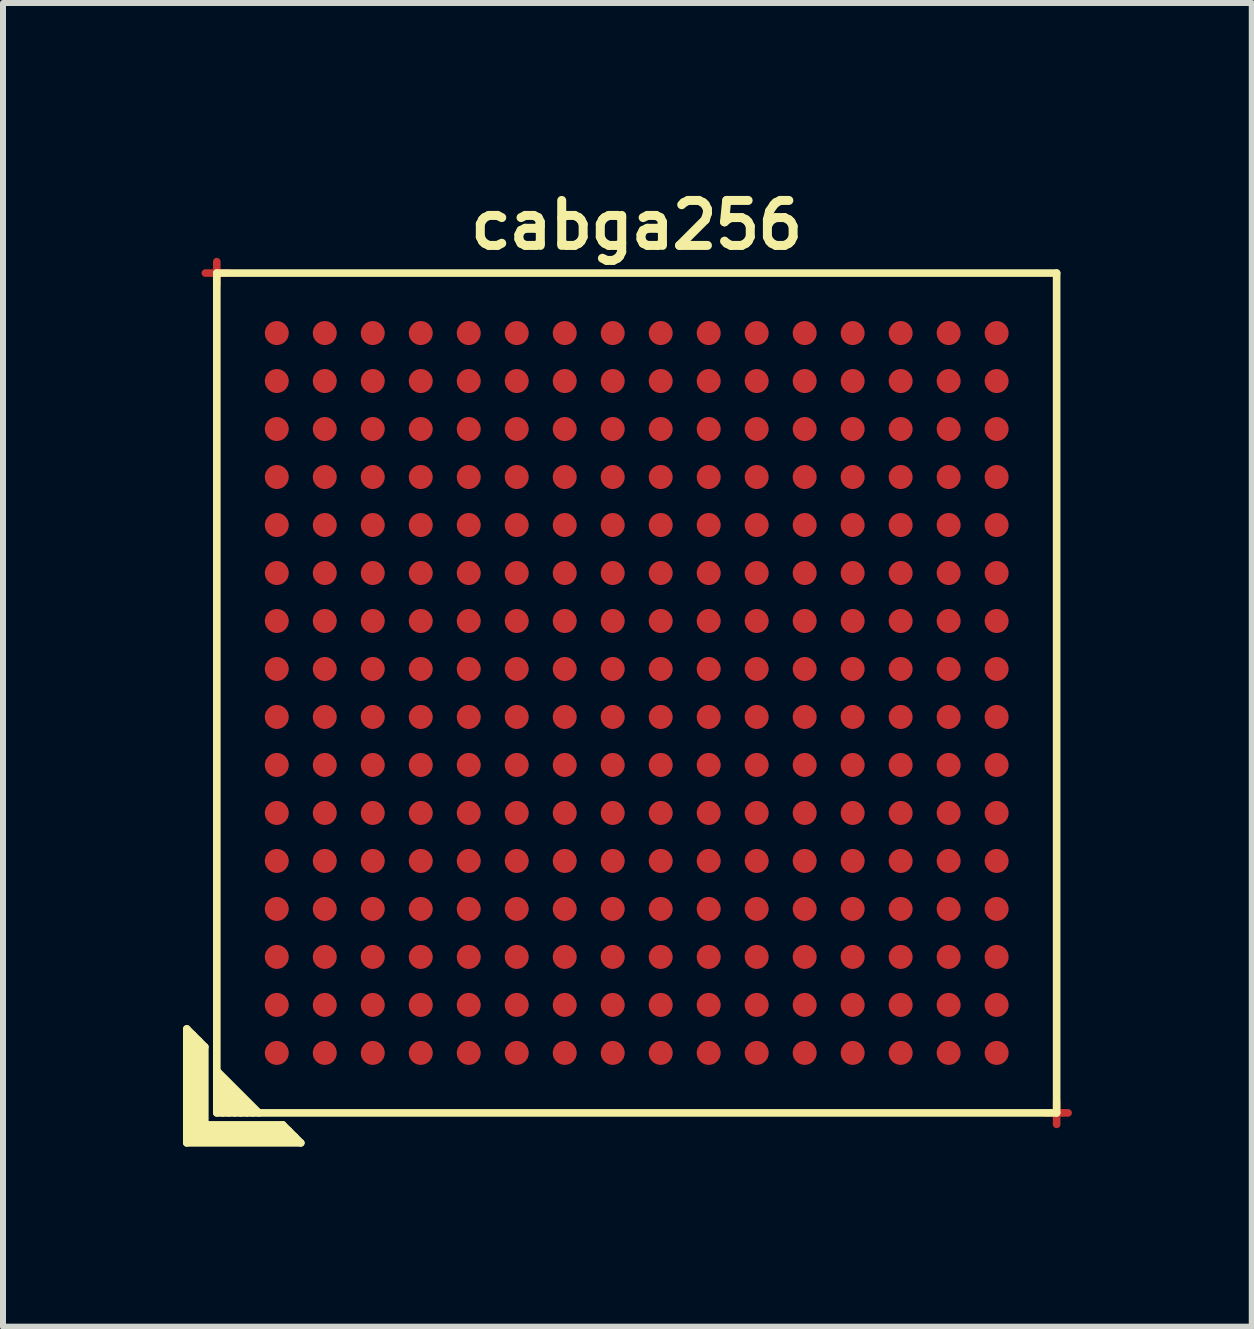
<source format=kicad_pcb>
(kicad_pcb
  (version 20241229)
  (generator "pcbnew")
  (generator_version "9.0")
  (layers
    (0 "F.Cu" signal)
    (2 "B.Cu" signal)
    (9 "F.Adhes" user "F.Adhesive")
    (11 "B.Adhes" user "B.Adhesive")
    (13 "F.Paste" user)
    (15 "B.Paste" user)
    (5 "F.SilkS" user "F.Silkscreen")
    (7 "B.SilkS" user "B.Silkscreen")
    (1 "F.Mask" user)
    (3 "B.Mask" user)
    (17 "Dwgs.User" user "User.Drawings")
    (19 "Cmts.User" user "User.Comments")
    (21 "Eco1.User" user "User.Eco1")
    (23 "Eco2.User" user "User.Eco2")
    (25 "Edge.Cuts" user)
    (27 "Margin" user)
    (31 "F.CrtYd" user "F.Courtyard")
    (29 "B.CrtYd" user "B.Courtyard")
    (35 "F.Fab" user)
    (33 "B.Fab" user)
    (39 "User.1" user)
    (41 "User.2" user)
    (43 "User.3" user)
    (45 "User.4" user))
  (footprint "cabga256"
    (layer "F.Cu")
    (at 7.564 8.502)
    (property "Reference" "cabga256" (at 0 -7.8 0) (layer "F.SilkS") (effects (font (size 0.75 0.75) (thickness 0.15))))
    (attr through_hole)
    (fp_line (start -7.5 5.6) (end -7.2 5.9) (stroke (width 0.127) (type solid)) (layer "F.SilkS"))
    (fp_line (start -7.5 7.5) (end -7.5 5.6) (stroke (width 0.127) (type solid)) (layer "F.SilkS"))
    (fp_line (start -7.4 7.4) (end -7.4 5.7) (stroke (width 0.127) (type solid)) (layer "F.SilkS"))
    (fp_line (start -7.3 5.8) (end -7.3 7.3) (stroke (width 0.127) (type solid)) (layer "F.SilkS"))
    (fp_line (start -7.3 7.3) (end -5.8 7.3) (stroke (width 0.127) (type solid)) (layer "F.SilkS"))
    (fp_line (start -7.2 5.9) (end -7.2 7.2) (stroke (width 0.127) (type solid)) (layer "F.SilkS"))
    (fp_line (start -7.2 7.2) (end -5.9 7.2) (stroke (width 0.127) (type solid)) (layer "F.SilkS"))
    (fp_line (start -7 -7) (end -7 7) (stroke (width 0.127) (type solid)) (layer "F.SilkS"))
    (fp_line (start -7 -7) (end 7 -7) (stroke (width 0.127) (type solid)) (layer "F.SilkS"))
    (fp_line (start -7 6.4) (end -6.4 7) (stroke (width 0.127) (type solid)) (layer "F.SilkS"))
    (fp_line (start -7 6.6) (end -6.6 7) (stroke (width 0.127) (type solid)) (layer "F.SilkS"))
    (fp_line (start -7 6.8) (end -6.8 7) (stroke (width 0.127) (type solid)) (layer "F.SilkS"))
    (fp_line (start -7 6.9) (end -6.9 7) (stroke (width 0.127) (type solid)) (layer "F.SilkS"))
    (fp_line (start -7 7) (end 7 7) (stroke (width 0.127) (type solid)) (layer "F.SilkS"))
    (fp_line (start -6.7 7) (end -7 6.7) (stroke (width 0.127) (type solid)) (layer "F.SilkS"))
    (fp_line (start -6.5 7) (end -7 6.5) (stroke (width 0.127) (type solid)) (layer "F.SilkS"))
    (fp_line (start -6.3 7) (end -7 6.3) (stroke (width 0.127) (type solid)) (layer "F.SilkS"))
    (fp_line (start -5.9 7.2) (end -5.6 7.5) (stroke (width 0.127) (type solid)) (layer "F.SilkS"))
    (fp_line (start -5.7 7.4) (end -7.4 7.4) (stroke (width 0.127) (type solid)) (layer "F.SilkS"))
    (fp_line (start -5.6 7.5) (end -7.5 7.5) (stroke (width 0.127) (type solid)) (layer "F.SilkS"))
    (fp_line (start 7 -7) (end 7 7) (stroke (width 0.127) (type solid)) (layer "F.SilkS"))
    (pad "A1" smd circle (at -6 6) (size 0.4 0.4) (layers "F.Cu" "F.Mask" "F.Paste"))
    (pad "A2" smd circle (at -6 5.2) (size 0.4 0.4) (layers "F.Cu" "F.Mask" "F.Paste"))
    (pad "A3" smd circle (at -6 4.4) (size 0.4 0.4) (layers "F.Cu" "F.Mask" "F.Paste"))
    (pad "A4" smd circle (at -6 3.6) (size 0.4 0.4) (layers "F.Cu" "F.Mask" "F.Paste"))
    (pad "A5" smd circle (at -6 2.8) (size 0.4 0.4) (layers "F.Cu" "F.Mask" "F.Paste"))
    (pad "A6" smd circle (at -6 2) (size 0.4 0.4) (layers "F.Cu" "F.Mask" "F.Paste"))
    (pad "A7" smd circle (at -6 1.2) (size 0.4 0.4) (layers "F.Cu" "F.Mask" "F.Paste"))
    (pad "A8" smd circle (at -6 0.4) (size 0.4 0.4) (layers "F.Cu" "F.Mask" "F.Paste"))
    (pad "A9" smd circle (at -6 -0.4) (size 0.4 0.4) (layers "F.Cu" "F.Mask" "F.Paste"))
    (pad "A10" smd circle (at -6 -1.2) (size 0.4 0.4) (layers "F.Cu" "F.Mask" "F.Paste"))
    (pad "A11" smd circle (at -6 -2) (size 0.4 0.4) (layers "F.Cu" "F.Mask" "F.Paste"))
    (pad "A12" smd circle (at -6 -2.8) (size 0.4 0.4) (layers "F.Cu" "F.Mask" "F.Paste"))
    (pad "A13" smd circle (at -6 -3.6) (size 0.4 0.4) (layers "F.Cu" "F.Mask" "F.Paste"))
    (pad "A14" smd circle (at -6 -4.4) (size 0.4 0.4) (layers "F.Cu" "F.Mask" "F.Paste"))
    (pad "A15" smd circle (at -6 -5.2) (size 0.4 0.4) (layers "F.Cu" "F.Mask" "F.Paste"))
    (pad "A16" smd circle (at -6 -6) (size 0.4 0.4) (layers "F.Cu" "F.Mask" "F.Paste"))
    (pad "B1" smd circle (at -5.2 6) (size 0.4 0.4) (layers "F.Cu" "F.Mask" "F.Paste"))
    (pad "B2" smd circle (at -5.2 5.2) (size 0.4 0.4) (layers "F.Cu" "F.Mask" "F.Paste"))
    (pad "B3" smd circle (at -5.2 4.4) (size 0.4 0.4) (layers "F.Cu" "F.Mask" "F.Paste"))
    (pad "B4" smd circle (at -5.2 3.6) (size 0.4 0.4) (layers "F.Cu" "F.Mask" "F.Paste"))
    (pad "B5" smd circle (at -5.2 2.8) (size 0.4 0.4) (layers "F.Cu" "F.Mask" "F.Paste"))
    (pad "B6" smd circle (at -5.2 2) (size 0.4 0.4) (layers "F.Cu" "F.Mask" "F.Paste"))
    (pad "B7" smd circle (at -5.2 1.2) (size 0.4 0.4) (layers "F.Cu" "F.Mask" "F.Paste"))
    (pad "B8" smd circle (at -5.2 0.4) (size 0.4 0.4) (layers "F.Cu" "F.Mask" "F.Paste"))
    (pad "B9" smd circle (at -5.2 -0.4) (size 0.4 0.4) (layers "F.Cu" "F.Mask" "F.Paste"))
    (pad "B10" smd circle (at -5.2 -1.2) (size 0.4 0.4) (layers "F.Cu" "F.Mask" "F.Paste"))
    (pad "B11" smd circle (at -5.2 -2) (size 0.4 0.4) (layers "F.Cu" "F.Mask" "F.Paste"))
    (pad "B12" smd circle (at -5.2 -2.8) (size 0.4 0.4) (layers "F.Cu" "F.Mask" "F.Paste"))
    (pad "B13" smd circle (at -5.2 -3.6) (size 0.4 0.4) (layers "F.Cu" "F.Mask" "F.Paste"))
    (pad "B14" smd circle (at -5.2 -4.4) (size 0.4 0.4) (layers "F.Cu" "F.Mask" "F.Paste"))
    (pad "B15" smd circle (at -5.2 -5.2) (size 0.4 0.4) (layers "F.Cu" "F.Mask" "F.Paste"))
    (pad "B16" smd circle (at -5.2 -6) (size 0.4 0.4) (layers "F.Cu" "F.Mask" "F.Paste"))
    (pad "C1" smd circle (at -4.4 6) (size 0.4 0.4) (layers "F.Cu" "F.Mask" "F.Paste"))
    (pad "C2" smd circle (at -4.4 5.2) (size 0.4 0.4) (layers "F.Cu" "F.Mask" "F.Paste"))
    (pad "C3" smd circle (at -4.4 4.4) (size 0.4 0.4) (layers "F.Cu" "F.Mask" "F.Paste"))
    (pad "C4" smd circle (at -4.4 3.6) (size 0.4 0.4) (layers "F.Cu" "F.Mask" "F.Paste"))
    (pad "C5" smd circle (at -4.4 2.8) (size 0.4 0.4) (layers "F.Cu" "F.Mask" "F.Paste"))
    (pad "C6" smd circle (at -4.4 2) (size 0.4 0.4) (layers "F.Cu" "F.Mask" "F.Paste"))
    (pad "C7" smd circle (at -4.4 1.2) (size 0.4 0.4) (layers "F.Cu" "F.Mask" "F.Paste"))
    (pad "C8" smd circle (at -4.4 0.4) (size 0.4 0.4) (layers "F.Cu" "F.Mask" "F.Paste"))
    (pad "C9" smd circle (at -4.4 -0.4) (size 0.4 0.4) (layers "F.Cu" "F.Mask" "F.Paste"))
    (pad "C10" smd circle (at -4.4 -1.2) (size 0.4 0.4) (layers "F.Cu" "F.Mask" "F.Paste"))
    (pad "C11" smd circle (at -4.4 -2) (size 0.4 0.4) (layers "F.Cu" "F.Mask" "F.Paste"))
    (pad "C12" smd circle (at -4.4 -2.8) (size 0.4 0.4) (layers "F.Cu" "F.Mask" "F.Paste"))
    (pad "C13" smd circle (at -4.4 -3.6) (size 0.4 0.4) (layers "F.Cu" "F.Mask" "F.Paste"))
    (pad "C14" smd circle (at -4.4 -4.4) (size 0.4 0.4) (layers "F.Cu" "F.Mask" "F.Paste"))
    (pad "C15" smd circle (at -4.4 -5.2) (size 0.4 0.4) (layers "F.Cu" "F.Mask" "F.Paste"))
    (pad "C16" smd circle (at -4.4 -6) (size 0.4 0.4) (layers "F.Cu" "F.Mask" "F.Paste"))
    (pad "D1" smd circle (at -3.6 6) (size 0.4 0.4) (layers "F.Cu" "F.Mask" "F.Paste"))
    (pad "D2" smd circle (at -3.6 5.2) (size 0.4 0.4) (layers "F.Cu" "F.Mask" "F.Paste"))
    (pad "D3" smd circle (at -3.6 4.4) (size 0.4 0.4) (layers "F.Cu" "F.Mask" "F.Paste"))
    (pad "D4" smd circle (at -3.6 3.6) (size 0.4 0.4) (layers "F.Cu" "F.Mask" "F.Paste"))
    (pad "D5" smd circle (at -3.6 2.8) (size 0.4 0.4) (layers "F.Cu" "F.Mask" "F.Paste"))
    (pad "D6" smd circle (at -3.6 2) (size 0.4 0.4) (layers "F.Cu" "F.Mask" "F.Paste"))
    (pad "D7" smd circle (at -3.6 1.2) (size 0.4 0.4) (layers "F.Cu" "F.Mask" "F.Paste"))
    (pad "D8" smd circle (at -3.6 0.4) (size 0.4 0.4) (layers "F.Cu" "F.Mask" "F.Paste"))
    (pad "D9" smd circle (at -3.6 -0.4) (size 0.4 0.4) (layers "F.Cu" "F.Mask" "F.Paste"))
    (pad "D10" smd circle (at -3.6 -1.2) (size 0.4 0.4) (layers "F.Cu" "F.Mask" "F.Paste"))
    (pad "D11" smd circle (at -3.6 -2) (size 0.4 0.4) (layers "F.Cu" "F.Mask" "F.Paste"))
    (pad "D12" smd circle (at -3.6 -2.8) (size 0.4 0.4) (layers "F.Cu" "F.Mask" "F.Paste"))
    (pad "D13" smd circle (at -3.6 -3.6) (size 0.4 0.4) (layers "F.Cu" "F.Mask" "F.Paste"))
    (pad "D14" smd circle (at -3.6 -4.4) (size 0.4 0.4) (layers "F.Cu" "F.Mask" "F.Paste"))
    (pad "D15" smd circle (at -3.6 -5.2) (size 0.4 0.4) (layers "F.Cu" "F.Mask" "F.Paste"))
    (pad "D16" smd circle (at -3.6 -6) (size 0.4 0.4) (layers "F.Cu" "F.Mask" "F.Paste"))
    (pad "E1" smd circle (at -2.8 6) (size 0.4 0.4) (layers "F.Cu" "F.Mask" "F.Paste"))
    (pad "E2" smd circle (at -2.8 5.2) (size 0.4 0.4) (layers "F.Cu" "F.Mask" "F.Paste"))
    (pad "E3" smd circle (at -2.8 4.4) (size 0.4 0.4) (layers "F.Cu" "F.Mask" "F.Paste"))
    (pad "E4" smd circle (at -2.8 3.6) (size 0.4 0.4) (layers "F.Cu" "F.Mask" "F.Paste"))
    (pad "E5" smd circle (at -2.8 2.8) (size 0.4 0.4) (layers "F.Cu" "F.Mask" "F.Paste"))
    (pad "E6" smd circle (at -2.8 2) (size 0.4 0.4) (layers "F.Cu" "F.Mask" "F.Paste"))
    (pad "E7" smd circle (at -2.8 1.2) (size 0.4 0.4) (layers "F.Cu" "F.Mask" "F.Paste"))
    (pad "E8" smd circle (at -2.8 0.4) (size 0.4 0.4) (layers "F.Cu" "F.Mask" "F.Paste"))
    (pad "E9" smd circle (at -2.8 -0.4) (size 0.4 0.4) (layers "F.Cu" "F.Mask" "F.Paste"))
    (pad "E10" smd circle (at -2.8 -1.2) (size 0.4 0.4) (layers "F.Cu" "F.Mask" "F.Paste"))
    (pad "E11" smd circle (at -2.8 -2) (size 0.4 0.4) (layers "F.Cu" "F.Mask" "F.Paste"))
    (pad "E12" smd circle (at -2.8 -2.8) (size 0.4 0.4) (layers "F.Cu" "F.Mask" "F.Paste"))
    (pad "E13" smd circle (at -2.8 -3.6) (size 0.4 0.4) (layers "F.Cu" "F.Mask" "F.Paste"))
    (pad "E14" smd circle (at -2.8 -4.4) (size 0.4 0.4) (layers "F.Cu" "F.Mask" "F.Paste"))
    (pad "E15" smd circle (at -2.8 -5.2) (size 0.4 0.4) (layers "F.Cu" "F.Mask" "F.Paste"))
    (pad "E16" smd circle (at -2.8 -6) (size 0.4 0.4) (layers "F.Cu" "F.Mask" "F.Paste"))
    (pad "F1" smd circle (at -2 6) (size 0.4 0.4) (layers "F.Cu" "F.Mask" "F.Paste"))
    (pad "F2" smd circle (at -2 5.2) (size 0.4 0.4) (layers "F.Cu" "F.Mask" "F.Paste"))
    (pad "F3" smd circle (at -2 4.4) (size 0.4 0.4) (layers "F.Cu" "F.Mask" "F.Paste"))
    (pad "F4" smd circle (at -2 3.6) (size 0.4 0.4) (layers "F.Cu" "F.Mask" "F.Paste"))
    (pad "F5" smd circle (at -2 2.8) (size 0.4 0.4) (layers "F.Cu" "F.Mask" "F.Paste"))
    (pad "F6" smd circle (at -2 2) (size 0.4 0.4) (layers "F.Cu" "F.Mask" "F.Paste"))
    (pad "F7" smd circle (at -2 1.2) (size 0.4 0.4) (layers "F.Cu" "F.Mask" "F.Paste"))
    (pad "F8" smd circle (at -2 0.4) (size 0.4 0.4) (layers "F.Cu" "F.Mask" "F.Paste"))
    (pad "F9" smd circle (at -2 -0.4) (size 0.4 0.4) (layers "F.Cu" "F.Mask" "F.Paste"))
    (pad "F10" smd circle (at -2 -1.2) (size 0.4 0.4) (layers "F.Cu" "F.Mask" "F.Paste"))
    (pad "F11" smd circle (at -2 -2) (size 0.4 0.4) (layers "F.Cu" "F.Mask" "F.Paste"))
    (pad "F12" smd circle (at -2 -2.8) (size 0.4 0.4) (layers "F.Cu" "F.Mask" "F.Paste"))
    (pad "F13" smd circle (at -2 -3.6) (size 0.4 0.4) (layers "F.Cu" "F.Mask" "F.Paste"))
    (pad "F14" smd circle (at -2 -4.4) (size 0.4 0.4) (layers "F.Cu" "F.Mask" "F.Paste"))
    (pad "F15" smd circle (at -2 -5.2) (size 0.4 0.4) (layers "F.Cu" "F.Mask" "F.Paste"))
    (pad "F16" smd circle (at -2 -6) (size 0.4 0.4) (layers "F.Cu" "F.Mask" "F.Paste"))
    (pad "G1" smd circle (at -1.2 6) (size 0.4 0.4) (layers "F.Cu" "F.Mask" "F.Paste"))
    (pad "G2" smd circle (at -1.2 5.2) (size 0.4 0.4) (layers "F.Cu" "F.Mask" "F.Paste"))
    (pad "G3" smd circle (at -1.2 4.4) (size 0.4 0.4) (layers "F.Cu" "F.Mask" "F.Paste"))
    (pad "G4" smd circle (at -1.2 3.6) (size 0.4 0.4) (layers "F.Cu" "F.Mask" "F.Paste"))
    (pad "G5" smd circle (at -1.2 2.8) (size 0.4 0.4) (layers "F.Cu" "F.Mask" "F.Paste"))
    (pad "G6" smd circle (at -1.2 2) (size 0.4 0.4) (layers "F.Cu" "F.Mask" "F.Paste"))
    (pad "G7" smd circle (at -1.2 1.2) (size 0.4 0.4) (layers "F.Cu" "F.Mask" "F.Paste"))
    (pad "G8" smd circle (at -1.2 0.4) (size 0.4 0.4) (layers "F.Cu" "F.Mask" "F.Paste"))
    (pad "G9" smd circle (at -1.2 -0.4) (size 0.4 0.4) (layers "F.Cu" "F.Mask" "F.Paste"))
    (pad "G10" smd circle (at -1.2 -1.2) (size 0.4 0.4) (layers "F.Cu" "F.Mask" "F.Paste"))
    (pad "G11" smd circle (at -1.2 -2) (size 0.4 0.4) (layers "F.Cu" "F.Mask" "F.Paste"))
    (pad "G12" smd circle (at -1.2 -2.8) (size 0.4 0.4) (layers "F.Cu" "F.Mask" "F.Paste"))
    (pad "G13" smd circle (at -1.2 -3.6) (size 0.4 0.4) (layers "F.Cu" "F.Mask" "F.Paste"))
    (pad "G14" smd circle (at -1.2 -4.4) (size 0.4 0.4) (layers "F.Cu" "F.Mask" "F.Paste"))
    (pad "G15" smd circle (at -1.2 -5.2) (size 0.4 0.4) (layers "F.Cu" "F.Mask" "F.Paste"))
    (pad "G16" smd circle (at -1.2 -6) (size 0.4 0.4) (layers "F.Cu" "F.Mask" "F.Paste"))
    (pad "H1" smd circle (at -0.4 6) (size 0.4 0.4) (layers "F.Cu" "F.Mask" "F.Paste"))
    (pad "H2" smd circle (at -0.4 5.2) (size 0.4 0.4) (layers "F.Cu" "F.Mask" "F.Paste"))
    (pad "H3" smd circle (at -0.4 4.4) (size 0.4 0.4) (layers "F.Cu" "F.Mask" "F.Paste"))
    (pad "H4" smd circle (at -0.4 3.6) (size 0.4 0.4) (layers "F.Cu" "F.Mask" "F.Paste"))
    (pad "H5" smd circle (at -0.4 2.8) (size 0.4 0.4) (layers "F.Cu" "F.Mask" "F.Paste"))
    (pad "H6" smd circle (at -0.4 2) (size 0.4 0.4) (layers "F.Cu" "F.Mask" "F.Paste"))
    (pad "H7" smd circle (at -0.4 1.2) (size 0.4 0.4) (layers "F.Cu" "F.Mask" "F.Paste"))
    (pad "H8" smd circle (at -0.4 0.4) (size 0.4 0.4) (layers "F.Cu" "F.Mask" "F.Paste"))
    (pad "H9" smd circle (at -0.4 -0.4) (size 0.4 0.4) (layers "F.Cu" "F.Mask" "F.Paste"))
    (pad "H10" smd circle (at -0.4 -1.2) (size 0.4 0.4) (layers "F.Cu" "F.Mask" "F.Paste"))
    (pad "H11" smd circle (at -0.4 -2) (size 0.4 0.4) (layers "F.Cu" "F.Mask" "F.Paste"))
    (pad "H12" smd circle (at -0.4 -2.8) (size 0.4 0.4) (layers "F.Cu" "F.Mask" "F.Paste"))
    (pad "H13" smd circle (at -0.4 -3.6) (size 0.4 0.4) (layers "F.Cu" "F.Mask" "F.Paste"))
    (pad "H14" smd circle (at -0.4 -4.4) (size 0.4 0.4) (layers "F.Cu" "F.Mask" "F.Paste"))
    (pad "H15" smd circle (at -0.4 -5.2) (size 0.4 0.4) (layers "F.Cu" "F.Mask" "F.Paste"))
    (pad "H16" smd circle (at -0.4 -6) (size 0.4 0.4) (layers "F.Cu" "F.Mask" "F.Paste"))
    (pad "J1" smd circle (at 0.4 6) (size 0.4 0.4) (layers "F.Cu" "F.Mask" "F.Paste"))
    (pad "J2" smd circle (at 0.4 5.2) (size 0.4 0.4) (layers "F.Cu" "F.Mask" "F.Paste"))
    (pad "J3" smd circle (at 0.4 4.4) (size 0.4 0.4) (layers "F.Cu" "F.Mask" "F.Paste"))
    (pad "J4" smd circle (at 0.4 3.6) (size 0.4 0.4) (layers "F.Cu" "F.Mask" "F.Paste"))
    (pad "J5" smd circle (at 0.4 2.8) (size 0.4 0.4) (layers "F.Cu" "F.Mask" "F.Paste"))
    (pad "J6" smd circle (at 0.4 2) (size 0.4 0.4) (layers "F.Cu" "F.Mask" "F.Paste"))
    (pad "J7" smd circle (at 0.4 1.2) (size 0.4 0.4) (layers "F.Cu" "F.Mask" "F.Paste"))
    (pad "J8" smd circle (at 0.4 0.4) (size 0.4 0.4) (layers "F.Cu" "F.Mask" "F.Paste"))
    (pad "J9" smd circle (at 0.4 -0.4) (size 0.4 0.4) (layers "F.Cu" "F.Mask" "F.Paste"))
    (pad "J10" smd circle (at 0.4 -1.2) (size 0.4 0.4) (layers "F.Cu" "F.Mask" "F.Paste"))
    (pad "J11" smd circle (at 0.4 -2) (size 0.4 0.4) (layers "F.Cu" "F.Mask" "F.Paste"))
    (pad "J12" smd circle (at 0.4 -2.8) (size 0.4 0.4) (layers "F.Cu" "F.Mask" "F.Paste"))
    (pad "J13" smd circle (at 0.4 -3.6) (size 0.4 0.4) (layers "F.Cu" "F.Mask" "F.Paste"))
    (pad "J14" smd circle (at 0.4 -4.4) (size 0.4 0.4) (layers "F.Cu" "F.Mask" "F.Paste"))
    (pad "J15" smd circle (at 0.4 -5.2) (size 0.4 0.4) (layers "F.Cu" "F.Mask" "F.Paste"))
    (pad "J16" smd circle (at 0.4 -6) (size 0.4 0.4) (layers "F.Cu" "F.Mask" "F.Paste"))
    (pad "K1" smd circle (at 1.2 6) (size 0.4 0.4) (layers "F.Cu" "F.Mask" "F.Paste"))
    (pad "K2" smd circle (at 1.2 5.2) (size 0.4 0.4) (layers "F.Cu" "F.Mask" "F.Paste"))
    (pad "K3" smd circle (at 1.2 4.4) (size 0.4 0.4) (layers "F.Cu" "F.Mask" "F.Paste"))
    (pad "K4" smd circle (at 1.2 3.6) (size 0.4 0.4) (layers "F.Cu" "F.Mask" "F.Paste"))
    (pad "K5" smd circle (at 1.2 2.8) (size 0.4 0.4) (layers "F.Cu" "F.Mask" "F.Paste"))
    (pad "K6" smd circle (at 1.2 2) (size 0.4 0.4) (layers "F.Cu" "F.Mask" "F.Paste"))
    (pad "K7" smd circle (at 1.2 1.2) (size 0.4 0.4) (layers "F.Cu" "F.Mask" "F.Paste"))
    (pad "K8" smd circle (at 1.2 0.4) (size 0.4 0.4) (layers "F.Cu" "F.Mask" "F.Paste"))
    (pad "K9" smd circle (at 1.2 -0.4) (size 0.4 0.4) (layers "F.Cu" "F.Mask" "F.Paste"))
    (pad "K10" smd circle (at 1.2 -1.2) (size 0.4 0.4) (layers "F.Cu" "F.Mask" "F.Paste"))
    (pad "K11" smd circle (at 1.2 -2) (size 0.4 0.4) (layers "F.Cu" "F.Mask" "F.Paste"))
    (pad "K12" smd circle (at 1.2 -2.8) (size 0.4 0.4) (layers "F.Cu" "F.Mask" "F.Paste"))
    (pad "K13" smd circle (at 1.2 -3.6) (size 0.4 0.4) (layers "F.Cu" "F.Mask" "F.Paste"))
    (pad "K14" smd circle (at 1.2 -4.4) (size 0.4 0.4) (layers "F.Cu" "F.Mask" "F.Paste"))
    (pad "K15" smd circle (at 1.2 -5.2) (size 0.4 0.4) (layers "F.Cu" "F.Mask" "F.Paste"))
    (pad "K16" smd circle (at 1.2 -6) (size 0.4 0.4) (layers "F.Cu" "F.Mask" "F.Paste"))
    (pad "L1" smd circle (at 2 6) (size 0.4 0.4) (layers "F.Cu" "F.Mask" "F.Paste"))
    (pad "L2" smd circle (at 2 5.2) (size 0.4 0.4) (layers "F.Cu" "F.Mask" "F.Paste"))
    (pad "L3" smd circle (at 2 4.4) (size 0.4 0.4) (layers "F.Cu" "F.Mask" "F.Paste"))
    (pad "L4" smd circle (at 2 3.6) (size 0.4 0.4) (layers "F.Cu" "F.Mask" "F.Paste"))
    (pad "L5" smd circle (at 2 2.8) (size 0.4 0.4) (layers "F.Cu" "F.Mask" "F.Paste"))
    (pad "L6" smd circle (at 2 2) (size 0.4 0.4) (layers "F.Cu" "F.Mask" "F.Paste"))
    (pad "L7" smd circle (at 2 1.2) (size 0.4 0.4) (layers "F.Cu" "F.Mask" "F.Paste"))
    (pad "L8" smd circle (at 2 0.4) (size 0.4 0.4) (layers "F.Cu" "F.Mask" "F.Paste"))
    (pad "L9" smd circle (at 2 -0.4) (size 0.4 0.4) (layers "F.Cu" "F.Mask" "F.Paste"))
    (pad "L10" smd circle (at 2 -1.2) (size 0.4 0.4) (layers "F.Cu" "F.Mask" "F.Paste"))
    (pad "L11" smd circle (at 2 -2) (size 0.4 0.4) (layers "F.Cu" "F.Mask" "F.Paste"))
    (pad "L12" smd circle (at 2 -2.8) (size 0.4 0.4) (layers "F.Cu" "F.Mask" "F.Paste"))
    (pad "L13" smd circle (at 2 -3.6) (size 0.4 0.4) (layers "F.Cu" "F.Mask" "F.Paste"))
    (pad "L14" smd circle (at 2 -4.4) (size 0.4 0.4) (layers "F.Cu" "F.Mask" "F.Paste"))
    (pad "L15" smd circle (at 2 -5.2) (size 0.4 0.4) (layers "F.Cu" "F.Mask" "F.Paste"))
    (pad "L16" smd circle (at 2 -6) (size 0.4 0.4) (layers "F.Cu" "F.Mask" "F.Paste"))
    (pad "M1" smd circle (at 2.8 6) (size 0.4 0.4) (layers "F.Cu" "F.Mask" "F.Paste"))
    (pad "M2" smd circle (at 2.8 5.2) (size 0.4 0.4) (layers "F.Cu" "F.Mask" "F.Paste"))
    (pad "M3" smd circle (at 2.8 4.4) (size 0.4 0.4) (layers "F.Cu" "F.Mask" "F.Paste"))
    (pad "M4" smd circle (at 2.8 3.6) (size 0.4 0.4) (layers "F.Cu" "F.Mask" "F.Paste"))
    (pad "M5" smd circle (at 2.8 2.8) (size 0.4 0.4) (layers "F.Cu" "F.Mask" "F.Paste"))
    (pad "M6" smd circle (at 2.8 2) (size 0.4 0.4) (layers "F.Cu" "F.Mask" "F.Paste"))
    (pad "M7" smd circle (at 2.8 1.2) (size 0.4 0.4) (layers "F.Cu" "F.Mask" "F.Paste"))
    (pad "M8" smd circle (at 2.8 0.4) (size 0.4 0.4) (layers "F.Cu" "F.Mask" "F.Paste"))
    (pad "M9" smd circle (at 2.8 -0.4) (size 0.4 0.4) (layers "F.Cu" "F.Mask" "F.Paste"))
    (pad "M10" smd circle (at 2.8 -1.2) (size 0.4 0.4) (layers "F.Cu" "F.Mask" "F.Paste"))
    (pad "M11" smd circle (at 2.8 -2) (size 0.4 0.4) (layers "F.Cu" "F.Mask" "F.Paste"))
    (pad "M12" smd circle (at 2.8 -2.8) (size 0.4 0.4) (layers "F.Cu" "F.Mask" "F.Paste"))
    (pad "M13" smd circle (at 2.8 -3.6) (size 0.4 0.4) (layers "F.Cu" "F.Mask" "F.Paste"))
    (pad "M14" smd circle (at 2.8 -4.4) (size 0.4 0.4) (layers "F.Cu" "F.Mask" "F.Paste"))
    (pad "M15" smd circle (at 2.8 -5.2) (size 0.4 0.4) (layers "F.Cu" "F.Mask" "F.Paste"))
    (pad "M16" smd circle (at 2.8 -6) (size 0.4 0.4) (layers "F.Cu" "F.Mask" "F.Paste"))
    (pad "N1" smd circle (at 3.6 6) (size 0.4 0.4) (layers "F.Cu" "F.Mask" "F.Paste"))
    (pad "N2" smd circle (at 3.6 5.2) (size 0.4 0.4) (layers "F.Cu" "F.Mask" "F.Paste"))
    (pad "N3" smd circle (at 3.6 4.4) (size 0.4 0.4) (layers "F.Cu" "F.Mask" "F.Paste"))
    (pad "N4" smd circle (at 3.6 3.6) (size 0.4 0.4) (layers "F.Cu" "F.Mask" "F.Paste"))
    (pad "N5" smd circle (at 3.6 2.8) (size 0.4 0.4) (layers "F.Cu" "F.Mask" "F.Paste"))
    (pad "N6" smd circle (at 3.6 2) (size 0.4 0.4) (layers "F.Cu" "F.Mask" "F.Paste"))
    (pad "N7" smd circle (at 3.6 1.2) (size 0.4 0.4) (layers "F.Cu" "F.Mask" "F.Paste"))
    (pad "N8" smd circle (at 3.6 0.4) (size 0.4 0.4) (layers "F.Cu" "F.Mask" "F.Paste"))
    (pad "N9" smd circle (at 3.6 -0.4) (size 0.4 0.4) (layers "F.Cu" "F.Mask" "F.Paste"))
    (pad "N10" smd circle (at 3.6 -1.2) (size 0.4 0.4) (layers "F.Cu" "F.Mask" "F.Paste"))
    (pad "N11" smd circle (at 3.6 -2) (size 0.4 0.4) (layers "F.Cu" "F.Mask" "F.Paste"))
    (pad "N12" smd circle (at 3.6 -2.8) (size 0.4 0.4) (layers "F.Cu" "F.Mask" "F.Paste"))
    (pad "N13" smd circle (at 3.6 -3.6) (size 0.4 0.4) (layers "F.Cu" "F.Mask" "F.Paste"))
    (pad "N14" smd circle (at 3.6 -4.4) (size 0.4 0.4) (layers "F.Cu" "F.Mask" "F.Paste"))
    (pad "N15" smd circle (at 3.6 -5.2) (size 0.4 0.4) (layers "F.Cu" "F.Mask" "F.Paste"))
    (pad "N16" smd circle (at 3.6 -6) (size 0.4 0.4) (layers "F.Cu" "F.Mask" "F.Paste"))
    (pad "P1" smd circle (at 4.4 6) (size 0.4 0.4) (layers "F.Cu" "F.Mask" "F.Paste"))
    (pad "P2" smd circle (at 4.4 5.2) (size 0.4 0.4) (layers "F.Cu" "F.Mask" "F.Paste"))
    (pad "P3" smd circle (at 4.4 4.4) (size 0.4 0.4) (layers "F.Cu" "F.Mask" "F.Paste"))
    (pad "P4" smd circle (at 4.4 3.6) (size 0.4 0.4) (layers "F.Cu" "F.Mask" "F.Paste"))
    (pad "P5" smd circle (at 4.4 2.8) (size 0.4 0.4) (layers "F.Cu" "F.Mask" "F.Paste"))
    (pad "P6" smd circle (at 4.4 2) (size 0.4 0.4) (layers "F.Cu" "F.Mask" "F.Paste"))
    (pad "P7" smd circle (at 4.4 1.2) (size 0.4 0.4) (layers "F.Cu" "F.Mask" "F.Paste"))
    (pad "P8" smd circle (at 4.4 0.4) (size 0.4 0.4) (layers "F.Cu" "F.Mask" "F.Paste"))
    (pad "P9" smd circle (at 4.4 -0.4) (size 0.4 0.4) (layers "F.Cu" "F.Mask" "F.Paste"))
    (pad "P10" smd circle (at 4.4 -1.2) (size 0.4 0.4) (layers "F.Cu" "F.Mask" "F.Paste"))
    (pad "P11" smd circle (at 4.4 -2) (size 0.4 0.4) (layers "F.Cu" "F.Mask" "F.Paste"))
    (pad "P12" smd circle (at 4.4 -2.8) (size 0.4 0.4) (layers "F.Cu" "F.Mask" "F.Paste"))
    (pad "P13" smd circle (at 4.4 -3.6) (size 0.4 0.4) (layers "F.Cu" "F.Mask" "F.Paste"))
    (pad "P14" smd circle (at 4.4 -4.4) (size 0.4 0.4) (layers "F.Cu" "F.Mask" "F.Paste"))
    (pad "P15" smd circle (at 4.4 -5.2) (size 0.4 0.4) (layers "F.Cu" "F.Mask" "F.Paste"))
    (pad "P16" smd circle (at 4.4 -6) (size 0.4 0.4) (layers "F.Cu" "F.Mask" "F.Paste"))
    (pad "R1" smd circle (at 5.2 6) (size 0.4 0.4) (layers "F.Cu" "F.Mask" "F.Paste"))
    (pad "R2" smd circle (at 5.2 5.2) (size 0.4 0.4) (layers "F.Cu" "F.Mask" "F.Paste"))
    (pad "R3" smd circle (at 5.2 4.4) (size 0.4 0.4) (layers "F.Cu" "F.Mask" "F.Paste"))
    (pad "R4" smd circle (at 5.2 3.6) (size 0.4 0.4) (layers "F.Cu" "F.Mask" "F.Paste"))
    (pad "R5" smd circle (at 5.2 2.8) (size 0.4 0.4) (layers "F.Cu" "F.Mask" "F.Paste"))
    (pad "R6" smd circle (at 5.2 2) (size 0.4 0.4) (layers "F.Cu" "F.Mask" "F.Paste"))
    (pad "R7" smd circle (at 5.2 1.2) (size 0.4 0.4) (layers "F.Cu" "F.Mask" "F.Paste"))
    (pad "R8" smd circle (at 5.2 0.4) (size 0.4 0.4) (layers "F.Cu" "F.Mask" "F.Paste"))
    (pad "R9" smd circle (at 5.2 -0.4) (size 0.4 0.4) (layers "F.Cu" "F.Mask" "F.Paste"))
    (pad "R10" smd circle (at 5.2 -1.2) (size 0.4 0.4) (layers "F.Cu" "F.Mask" "F.Paste"))
    (pad "R11" smd circle (at 5.2 -2) (size 0.4 0.4) (layers "F.Cu" "F.Mask" "F.Paste"))
    (pad "R12" smd circle (at 5.2 -2.8) (size 0.4 0.4) (layers "F.Cu" "F.Mask" "F.Paste"))
    (pad "R13" smd circle (at 5.2 -3.6) (size 0.4 0.4) (layers "F.Cu" "F.Mask" "F.Paste"))
    (pad "R14" smd circle (at 5.2 -4.4) (size 0.4 0.4) (layers "F.Cu" "F.Mask" "F.Paste"))
    (pad "R15" smd circle (at 5.2 -5.2) (size 0.4 0.4) (layers "F.Cu" "F.Mask" "F.Paste"))
    (pad "R16" smd circle (at 5.2 -6) (size 0.4 0.4) (layers "F.Cu" "F.Mask" "F.Paste"))
    (pad "T1" smd circle (at 6 6) (size 0.4 0.4) (layers "F.Cu" "F.Mask" "F.Paste"))
    (pad "T2" smd circle (at 6 5.2) (size 0.4 0.4) (layers "F.Cu" "F.Mask" "F.Paste"))
    (pad "T3" smd circle (at 6 4.4) (size 0.4 0.4) (layers "F.Cu" "F.Mask" "F.Paste"))
    (pad "T4" smd circle (at 6 3.6) (size 0.4 0.4) (layers "F.Cu" "F.Mask" "F.Paste"))
    (pad "T5" smd circle (at 6 2.8) (size 0.4 0.4) (layers "F.Cu" "F.Mask" "F.Paste"))
    (pad "T6" smd circle (at 6 2) (size 0.4 0.4) (layers "F.Cu" "F.Mask" "F.Paste"))
    (pad "T7" smd circle (at 6 1.2) (size 0.4 0.4) (layers "F.Cu" "F.Mask" "F.Paste"))
    (pad "T8" smd circle (at 6 0.4) (size 0.4 0.4) (layers "F.Cu" "F.Mask" "F.Paste"))
    (pad "T9" smd circle (at 6 -0.4) (size 0.4 0.4) (layers "F.Cu" "F.Mask" "F.Paste"))
    (pad "T10" smd circle (at 6 -1.2) (size 0.4 0.4) (layers "F.Cu" "F.Mask" "F.Paste"))
    (pad "T11" smd circle (at 6 -2) (size 0.4 0.4) (layers "F.Cu" "F.Mask" "F.Paste"))
    (pad "T12" smd circle (at 6 -2.8) (size 0.4 0.4) (layers "F.Cu" "F.Mask" "F.Paste"))
    (pad "T13" smd circle (at 6 -3.6) (size 0.4 0.4) (layers "F.Cu" "F.Mask" "F.Paste"))
    (pad "T14" smd circle (at 6 -4.4) (size 0.4 0.4) (layers "F.Cu" "F.Mask" "F.Paste"))
    (pad "T15" smd circle (at 6 -5.2) (size 0.4 0.4) (layers "F.Cu" "F.Mask" "F.Paste"))
    (pad "T16" smd circle (at 6 -6) (size 0.4 0.4) (layers "F.Cu" "F.Mask" "F.Paste"))
    (pad "X" smd oval (at -7 -7 90) (size 0.127 0.508) (layers "F.Cu" "F.Mask" "F.Paste"))
    (pad "X" smd oval (at -7 -7) (size 0.127 0.508) (layers "F.Cu" "F.Mask" "F.Paste"))
    (pad "X" smd oval (at 7 7) (size 0.127 0.508) (layers "F.Cu" "F.Mask" "F.Paste"))
    (pad "X" smd oval (at 7 7 90) (size 0.127 0.508) (layers "F.Cu" "F.Mask" "F.Paste")))
  (gr_rect
    (start -3 -3)
    (end 17.817 19.066)
    (stroke (width 0.1) (type default))
    (fill no)
    (layer "Edge.Cuts")))
</source>
